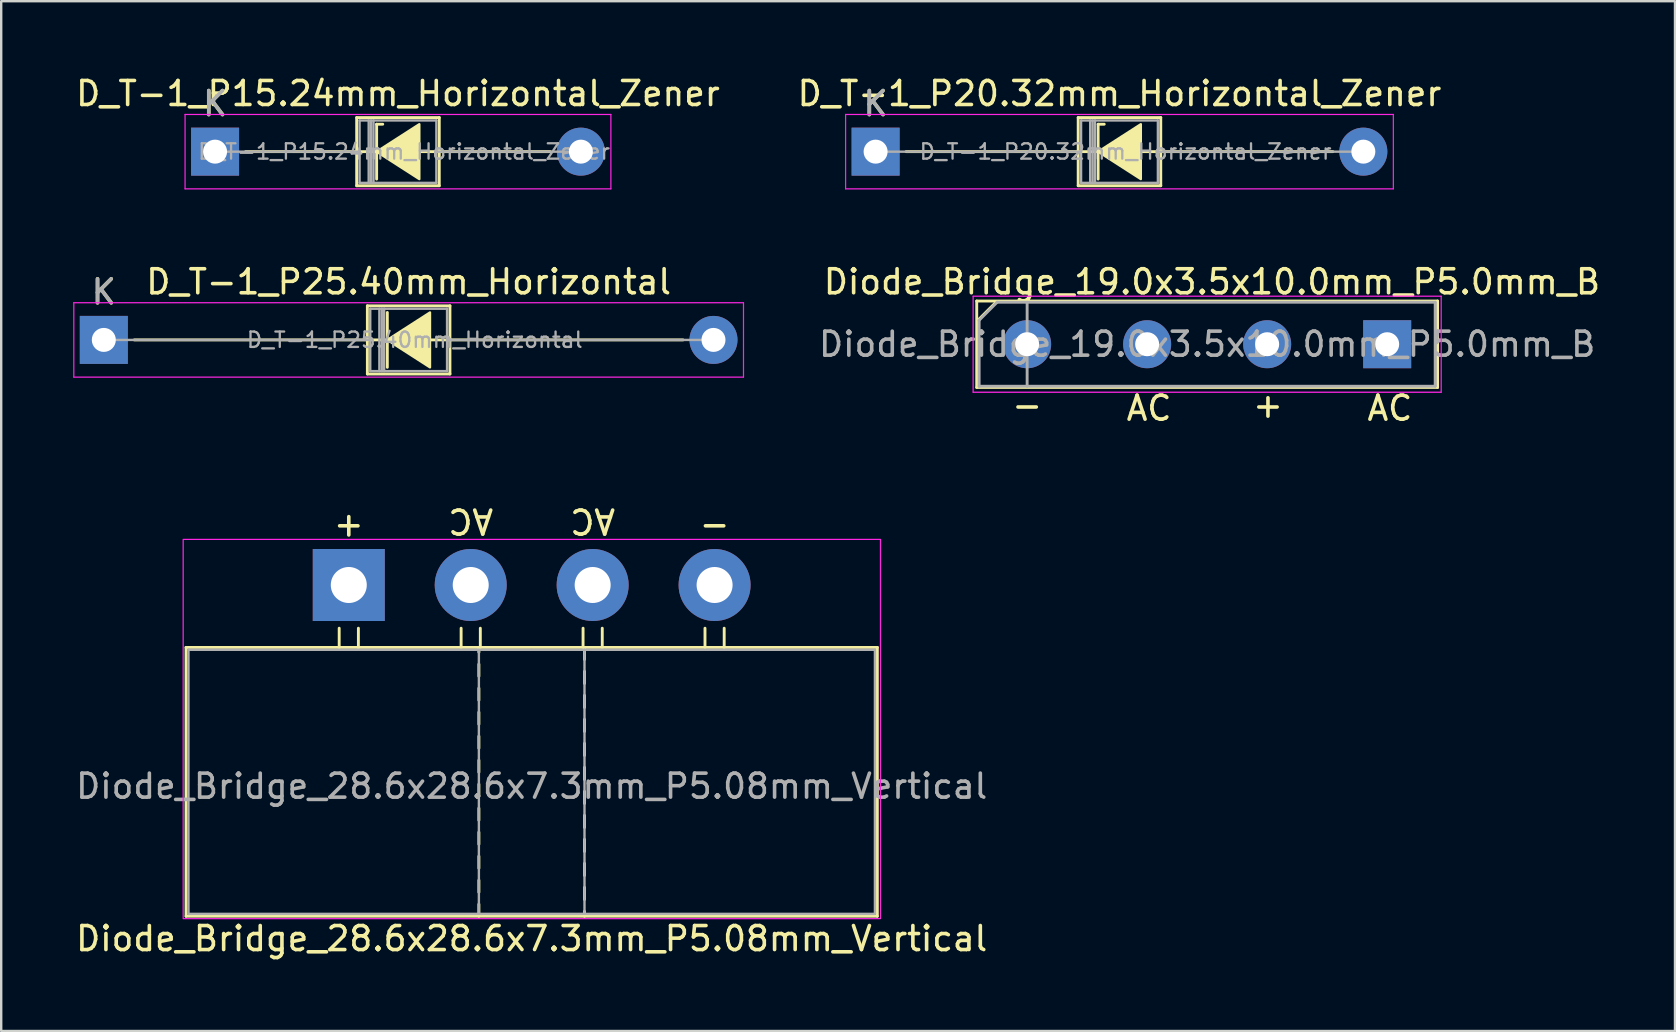
<source format=kicad_pcb>
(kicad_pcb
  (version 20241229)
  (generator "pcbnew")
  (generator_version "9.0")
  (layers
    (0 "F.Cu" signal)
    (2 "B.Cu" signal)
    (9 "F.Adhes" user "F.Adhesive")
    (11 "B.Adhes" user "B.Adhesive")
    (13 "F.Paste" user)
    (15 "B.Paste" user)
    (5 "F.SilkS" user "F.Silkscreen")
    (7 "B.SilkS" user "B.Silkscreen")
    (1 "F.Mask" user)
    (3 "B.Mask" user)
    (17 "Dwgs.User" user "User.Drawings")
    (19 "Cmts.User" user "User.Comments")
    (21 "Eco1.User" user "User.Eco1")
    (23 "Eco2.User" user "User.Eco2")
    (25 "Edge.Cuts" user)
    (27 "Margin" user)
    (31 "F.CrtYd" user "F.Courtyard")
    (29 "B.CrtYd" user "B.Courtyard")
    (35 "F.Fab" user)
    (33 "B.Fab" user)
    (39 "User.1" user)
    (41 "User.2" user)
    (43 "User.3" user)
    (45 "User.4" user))
  (footprint "D_T-1_P20.32mm_Horizontal_Zener"
    (layer "F.Cu")
    (at 33.429 3.268)
    (property "Reference" "D_T-1_P20.32mm_Horizontal_Zener" (at 10.16 -2.42 0) (layer "F.SilkS") (effects (font (size 1 1) (thickness 0.15))))
    (attr through_hole)
    (fp_line (start 1.27 0) (end 8.44 0) (stroke (width 0.12) (type solid)) (layer "F.SilkS"))
    (fp_line (start 8.44 -1.42) (end 8.44 1.42) (stroke (width 0.12) (type solid)) (layer "F.SilkS"))
    (fp_line (start 8.44 1.42) (end 11.88 1.42) (stroke (width 0.12) (type solid)) (layer "F.SilkS"))
    (fp_line (start 9.271 -1.143) (end 9.271 1.143) (stroke (width 0.12) (type solid)) (layer "F.SilkS"))
    (fp_line (start 9.271 -1.143) (end 9.525 -1.143) (stroke (width 0.12) (type solid)) (layer "F.SilkS"))
    (fp_line (start 9.398 0) (end 8.44 0) (stroke (width 0.12) (type solid)) (layer "F.SilkS"))
    (fp_line (start 11.049 0) (end 11.88 0) (stroke (width 0.12) (type solid)) (layer "F.SilkS"))
    (fp_line (start 11.88 -1.42) (end 8.44 -1.42) (stroke (width 0.12) (type solid)) (layer "F.SilkS"))
    (fp_line (start 11.88 1.42) (end 11.88 -1.42) (stroke (width 0.12) (type solid)) (layer "F.SilkS"))
    (fp_line (start 19.05 0) (end 11.88 0) (stroke (width 0.12) (type solid)) (layer "F.SilkS"))
    (fp_poly (pts (xy 11.049 1.143) (xy 9.271 0) (xy 11.049 -1.143)) (stroke (width 0.1) (type solid)) (fill yes) (layer "F.SilkS"))
    (fp_line (start -1.25 -1.55) (end -1.25 1.55) (stroke (width 0.05) (type solid)) (layer "F.CrtYd"))
    (fp_line (start -1.25 1.55) (end 21.57 1.55) (stroke (width 0.05) (type solid)) (layer "F.CrtYd"))
    (fp_line (start 21.57 -1.55) (end -1.25 -1.55) (stroke (width 0.05) (type solid)) (layer "F.CrtYd"))
    (fp_line (start 21.57 1.55) (end 21.57 -1.55) (stroke (width 0.05) (type solid)) (layer "F.CrtYd"))
    (fp_line (start 0 0) (end 8.56 0) (stroke (width 0.1) (type solid)) (layer "F.Fab"))
    (fp_line (start 8.56 -1.3) (end 8.56 1.3) (stroke (width 0.1) (type solid)) (layer "F.Fab"))
    (fp_line (start 8.56 1.3) (end 11.76 1.3) (stroke (width 0.1) (type solid)) (layer "F.Fab"))
    (fp_line (start 8.94 -1.3) (end 8.94 1.3) (stroke (width 0.1) (type solid)) (layer "F.Fab"))
    (fp_line (start 9.04 -1.3) (end 9.04 1.3) (stroke (width 0.1) (type solid)) (layer "F.Fab"))
    (fp_line (start 9.14 -1.3) (end 9.14 1.3) (stroke (width 0.1) (type solid)) (layer "F.Fab"))
    (fp_line (start 11.76 -1.3) (end 8.56 -1.3) (stroke (width 0.1) (type solid)) (layer "F.Fab"))
    (fp_line (start 11.76 1.3) (end 11.76 -1.3) (stroke (width 0.1) (type solid)) (layer "F.Fab"))
    (fp_line (start 20.32 0) (end 11.76 0) (stroke (width 0.1) (type solid)) (layer "F.Fab"))
    (fp_text user "K" (at 0 -2 0) (layer "F.SilkS") (effects (font (size 1 1) (thickness 0.15))))
    (fp_text user "${REFERENCE}" (at 10.414 0 0) (layer "F.Fab") (effects (font (size 0.64 0.64) (thickness 0.096))))
    (fp_text user "K" (at 0 -2 0) (layer "F.Fab") (effects (font (size 1 1) (thickness 0.15))))
    (pad "1" thru_hole rect (at 0 0) (size 2 2) (drill 1) (layers "*.Cu" "*.Mask"))
    (pad "2" thru_hole oval (at 20.32 0) (size 2 2) (drill 1) (layers "*.Cu" "*.Mask")))
  (footprint "D_T-1_P15.24mm_Horizontal_Zener"
    (layer "F.Cu")
    (at 5.91 3.268)
    (property "Reference" "D_T-1_P15.24mm_Horizontal_Zener" (at 7.62 -2.42 0) (layer "F.SilkS") (effects (font (size 1 1) (thickness 0.15))))
    (attr through_hole)
    (fp_line (start 1.27 0) (end 5.9 0) (stroke (width 0.12) (type solid)) (layer "F.SilkS"))
    (fp_line (start 5.9 -1.42) (end 5.9 1.42) (stroke (width 0.12) (type solid)) (layer "F.SilkS"))
    (fp_line (start 5.9 1.42) (end 9.34 1.42) (stroke (width 0.12) (type solid)) (layer "F.SilkS"))
    (fp_line (start 6.731 -1.143) (end 6.731 1.143) (stroke (width 0.12) (type solid)) (layer "F.SilkS"))
    (fp_line (start 6.731 -1.143) (end 6.985 -1.143) (stroke (width 0.12) (type solid)) (layer "F.SilkS"))
    (fp_line (start 6.858 0) (end 5.9 0) (stroke (width 0.12) (type solid)) (layer "F.SilkS"))
    (fp_line (start 8.509 0) (end 9.34 0) (stroke (width 0.12) (type solid)) (layer "F.SilkS"))
    (fp_line (start 9.34 -1.42) (end 5.9 -1.42) (stroke (width 0.12) (type solid)) (layer "F.SilkS"))
    (fp_line (start 9.34 1.42) (end 9.34 -1.42) (stroke (width 0.12) (type solid)) (layer "F.SilkS"))
    (fp_line (start 13.97 0) (end 9.34 0) (stroke (width 0.12) (type solid)) (layer "F.SilkS"))
    (fp_poly (pts (xy 8.509 1.143) (xy 6.731 0) (xy 8.509 -1.143)) (stroke (width 0.1) (type solid)) (fill yes) (layer "F.SilkS"))
    (fp_line (start -1.25 -1.55) (end -1.25 1.55) (stroke (width 0.05) (type solid)) (layer "F.CrtYd"))
    (fp_line (start -1.25 1.55) (end 16.49 1.55) (stroke (width 0.05) (type solid)) (layer "F.CrtYd"))
    (fp_line (start 16.49 -1.55) (end -1.25 -1.55) (stroke (width 0.05) (type solid)) (layer "F.CrtYd"))
    (fp_line (start 16.49 1.55) (end 16.49 -1.55) (stroke (width 0.05) (type solid)) (layer "F.CrtYd"))
    (fp_line (start 0 0) (end 6.02 0) (stroke (width 0.1) (type solid)) (layer "F.Fab"))
    (fp_line (start 6.02 -1.3) (end 6.02 1.3) (stroke (width 0.1) (type solid)) (layer "F.Fab"))
    (fp_line (start 6.02 1.3) (end 9.22 1.3) (stroke (width 0.1) (type solid)) (layer "F.Fab"))
    (fp_line (start 6.4 -1.3) (end 6.4 1.3) (stroke (width 0.1) (type solid)) (layer "F.Fab"))
    (fp_line (start 6.5 -1.3) (end 6.5 1.3) (stroke (width 0.1) (type solid)) (layer "F.Fab"))
    (fp_line (start 6.6 -1.3) (end 6.6 1.3) (stroke (width 0.1) (type solid)) (layer "F.Fab"))
    (fp_line (start 9.22 -1.3) (end 6.02 -1.3) (stroke (width 0.1) (type solid)) (layer "F.Fab"))
    (fp_line (start 9.22 1.3) (end 9.22 -1.3) (stroke (width 0.1) (type solid)) (layer "F.Fab"))
    (fp_line (start 15.24 0) (end 9.22 0) (stroke (width 0.1) (type solid)) (layer "F.Fab"))
    (fp_text user "K" (at 0 -2 0) (layer "F.SilkS") (effects (font (size 1 1) (thickness 0.15))))
    (fp_text user "K" (at 0 -2 0) (layer "F.Fab") (effects (font (size 1 1) (thickness 0.15))))
    (fp_text user "${REFERENCE}" (at 7.874 0 0) (layer "F.Fab") (effects (font (size 0.64 0.64) (thickness 0.096))))
    (pad "1" thru_hole rect (at 0 0) (size 2 2) (drill 1) (layers "*.Cu" "*.Mask"))
    (pad "2" thru_hole oval (at 15.24 0) (size 2 2) (drill 1) (layers "*.Cu" "*.Mask")))
  (footprint "Diode_Bridge_28.6x28.6x7.3mm_P5.08mm_Vertical"
    (layer "F.Cu")
    (at 11.481 21.322)
    (property "Reference" "Diode_Bridge_28.6x28.6x7.3mm_P5.08mm_Vertical" (at 7.62 14.732 0) (unlocked yes) (layer "F.SilkS") (effects (font (size 1 1) (thickness 0.15))))
    (fp_line (start -6.78 2.6) (end -6.78 13.8) (stroke (width 0.12) (type solid)) (layer "F.SilkS"))
    (fp_line (start -6.78 13.8) (end 22.02 13.8) (stroke (width 0.12) (type solid)) (layer "F.SilkS"))
    (fp_line (start -0.4 2.6) (end -0.4 1.8) (stroke (width 0.12) (type solid)) (layer "F.SilkS"))
    (fp_line (start 0.4 2.6) (end 0.4 1.8) (stroke (width 0.12) (type solid)) (layer "F.SilkS"))
    (fp_line (start 4.68 2.6) (end 4.68 1.8) (stroke (width 0.12) (type solid)) (layer "F.SilkS"))
    (fp_line (start 5.42 2.8) (end 5.42 2.6) (stroke (width 0.12) (type solid)) (layer "F.SilkS"))
    (fp_line (start 5.42 3.8) (end 5.42 3.3) (stroke (width 0.12) (type solid)) (layer "F.SilkS"))
    (fp_line (start 5.42 4.8) (end 5.42 4.3) (stroke (width 0.12) (type solid)) (layer "F.SilkS"))
    (fp_line (start 5.42 5.8) (end 5.42 5.3) (stroke (width 0.12) (type solid)) (layer "F.SilkS"))
    (fp_line (start 5.42 6.8) (end 5.42 6.3) (stroke (width 0.12) (type solid)) (layer "F.SilkS"))
    (fp_line (start 5.42 7.8) (end 5.42 7.3) (stroke (width 0.12) (type solid)) (layer "F.SilkS"))
    (fp_line (start 5.42 8.8) (end 5.42 8.3) (stroke (width 0.12) (type solid)) (layer "F.SilkS"))
    (fp_line (start 5.42 9.8) (end 5.42 9.3) (stroke (width 0.12) (type solid)) (layer "F.SilkS"))
    (fp_line (start 5.42 10.8) (end 5.42 10.3) (stroke (width 0.12) (type solid)) (layer "F.SilkS"))
    (fp_line (start 5.42 11.8) (end 5.42 11.3) (stroke (width 0.12) (type solid)) (layer "F.SilkS"))
    (fp_line (start 5.42 12.8) (end 5.42 12.3) (stroke (width 0.12) (type solid)) (layer "F.SilkS"))
    (fp_line (start 5.42 13.8) (end 5.42 13.3) (stroke (width 0.12) (type solid)) (layer "F.SilkS"))
    (fp_line (start 5.48 2.6) (end 5.48 1.8) (stroke (width 0.12) (type solid)) (layer "F.SilkS"))
    (fp_line (start 9.76 2.6) (end 9.76 1.8) (stroke (width 0.12) (type solid)) (layer "F.SilkS"))
    (fp_line (start 9.82 2.6) (end 9.82 3.1) (stroke (width 0.12) (type solid)) (layer "F.SilkS"))
    (fp_line (start 9.82 3.6) (end 9.82 4.1) (stroke (width 0.12) (type solid)) (layer "F.SilkS"))
    (fp_line (start 9.82 4.6) (end 9.82 5.1) (stroke (width 0.12) (type solid)) (layer "F.SilkS"))
    (fp_line (start 9.82 5.6) (end 9.82 6.1) (stroke (width 0.12) (type solid)) (layer "F.SilkS"))
    (fp_line (start 9.82 6.6) (end 9.82 7.1) (stroke (width 0.12) (type solid)) (layer "F.SilkS"))
    (fp_line (start 9.82 7.6) (end 9.82 8.1) (stroke (width 0.12) (type solid)) (layer "F.SilkS"))
    (fp_line (start 9.82 8.6) (end 9.82 9.1) (stroke (width 0.12) (type solid)) (layer "F.SilkS"))
    (fp_line (start 9.82 9.6) (end 9.82 10.1) (stroke (width 0.12) (type solid)) (layer "F.SilkS"))
    (fp_line (start 9.82 10.6) (end 9.82 11.1) (stroke (width 0.12) (type solid)) (layer "F.SilkS"))
    (fp_line (start 9.82 11.6) (end 9.82 12.1) (stroke (width 0.12) (type solid)) (layer "F.SilkS"))
    (fp_line (start 9.82 12.6) (end 9.82 13.1) (stroke (width 0.12) (type solid)) (layer "F.SilkS"))
    (fp_line (start 9.82 13.6) (end 9.82 13.8) (stroke (width 0.12) (type solid)) (layer "F.SilkS"))
    (fp_line (start 10.56 2.6) (end 10.56 1.8) (stroke (width 0.12) (type solid)) (layer "F.SilkS"))
    (fp_line (start 14.84 2.6) (end 14.84 1.8) (stroke (width 0.12) (type solid)) (layer "F.SilkS"))
    (fp_line (start 15.64 2.6) (end 15.64 1.8) (stroke (width 0.12) (type solid)) (layer "F.SilkS"))
    (fp_line (start 22.02 2.6) (end -6.78 2.6) (stroke (width 0.12) (type solid)) (layer "F.SilkS"))
    (fp_line (start 22.02 13.8) (end 22.02 2.6) (stroke (width 0.12) (type solid)) (layer "F.SilkS"))
    (fp_rect (start -6.9 13.9) (end 22.15 -1.9) (stroke (width 0.05) (type solid)) (fill no) (layer "F.CrtYd"))
    (fp_line (start -6.68 13.7) (end -6.68 2.7) (stroke (width 0.1) (type solid)) (layer "F.Fab"))
    (fp_line (start 5.42 2.7) (end 5.42 13.7) (stroke (width 0.1) (type solid)) (layer "F.Fab"))
    (fp_line (start 7.62 2.7) (end -6.68 2.7) (stroke (width 0.1) (type solid)) (layer "F.Fab"))
    (fp_line (start 7.62 2.7) (end 21.92 2.7) (stroke (width 0.1) (type solid)) (layer "F.Fab"))
    (fp_line (start 9.82 2.7) (end 9.82 13.7) (stroke (width 0.1) (type solid)) (layer "F.Fab"))
    (fp_line (start 21.92 2.7) (end 21.92 13.7) (stroke (width 0.1) (type solid)) (layer "F.Fab"))
    (fp_line (start 21.92 13.7) (end -6.68 13.7) (stroke (width 0.1) (type solid)) (layer "F.Fab"))
    (fp_text user "AC" (at 10.16 -2.667 180) (unlocked yes) (layer "F.SilkS") (effects (font (size 1 1) (thickness 0.15))))
    (fp_text user "AC" (at 5.08 -2.667 180) (unlocked yes) (layer "F.SilkS") (effects (font (size 1 1) (thickness 0.15))))
    (fp_text user "-" (at 15.24 -2.54 180) (layer "F.SilkS") (effects (font (size 1 1) (thickness 0.15))))
    (fp_text user "+" (at 0 -2.54 180) (layer "F.SilkS") (effects (font (size 1 1) (thickness 0.15))))
    (fp_text user "${REFERENCE}" (at 7.62 8.382 0) (layer "F.Fab") (effects (font (size 1 1) (thickness 0.15))))
    (pad "1" thru_hole rect (at 0 0) (size 3 3) (drill 1.5) (layers "*.Cu" "*.Mask"))
    (pad "2" thru_hole circle (at 5.08 0) (size 3 3) (drill 1.5) (layers "*.Cu" "*.Mask"))
    (pad "3" thru_hole circle (at 10.16 0) (size 3 3) (drill 1.5) (layers "*.Cu" "*.Mask"))
    (pad "4" thru_hole circle (at 15.24 0) (size 3 3) (drill 1.5) (layers "*.Cu" "*.Mask")))
  (footprint "D_T-1_P25.40mm_Horizontal"
    (layer "F.Cu")
    (at 1.275 11.111)
    (property "Reference" "D_T-1_P25.40mm_Horizontal" (at 12.7 -2.42 0) (layer "F.SilkS") (effects (font (size 1 1) (thickness 0.15))))
    (attr through_hole)
    (fp_line (start 1.27 0) (end 10.98 0) (stroke (width 0.12) (type solid)) (layer "F.SilkS"))
    (fp_line (start 10.98 -1.42) (end 10.98 1.42) (stroke (width 0.12) (type solid)) (layer "F.SilkS"))
    (fp_line (start 10.98 1.42) (end 14.42 1.42) (stroke (width 0.12) (type solid)) (layer "F.SilkS"))
    (fp_line (start 11.811 -1.143) (end 11.811 1.143) (stroke (width 0.12) (type solid)) (layer "F.SilkS"))
    (fp_line (start 11.938 0) (end 10.98 0) (stroke (width 0.12) (type solid)) (layer "F.SilkS"))
    (fp_line (start 13.589 0) (end 14.42 0) (stroke (width 0.12) (type solid)) (layer "F.SilkS"))
    (fp_line (start 14.42 -1.42) (end 10.98 -1.42) (stroke (width 0.12) (type solid)) (layer "F.SilkS"))
    (fp_line (start 14.42 1.42) (end 14.42 -1.42) (stroke (width 0.12) (type solid)) (layer "F.SilkS"))
    (fp_line (start 24.13 0) (end 14.42 0) (stroke (width 0.12) (type solid)) (layer "F.SilkS"))
    (fp_poly (pts (xy 13.589 1.143) (xy 11.811 0) (xy 13.589 -1.143)) (stroke (width 0.1) (type solid)) (fill yes) (layer "F.SilkS"))
    (fp_line (start -1.25 -1.55) (end -1.25 1.55) (stroke (width 0.05) (type solid)) (layer "F.CrtYd"))
    (fp_line (start -1.25 1.55) (end 26.65 1.55) (stroke (width 0.05) (type solid)) (layer "F.CrtYd"))
    (fp_line (start 26.65 -1.55) (end -1.25 -1.55) (stroke (width 0.05) (type solid)) (layer "F.CrtYd"))
    (fp_line (start 26.65 1.55) (end 26.65 -1.55) (stroke (width 0.05) (type solid)) (layer "F.CrtYd"))
    (fp_line (start 0 0) (end 11.1 0) (stroke (width 0.1) (type solid)) (layer "F.Fab"))
    (fp_line (start 11.1 -1.3) (end 11.1 1.3) (stroke (width 0.1) (type solid)) (layer "F.Fab"))
    (fp_line (start 11.1 1.3) (end 14.3 1.3) (stroke (width 0.1) (type solid)) (layer "F.Fab"))
    (fp_line (start 11.48 -1.3) (end 11.48 1.3) (stroke (width 0.1) (type solid)) (layer "F.Fab"))
    (fp_line (start 11.58 -1.3) (end 11.58 1.3) (stroke (width 0.1) (type solid)) (layer "F.Fab"))
    (fp_line (start 11.68 -1.3) (end 11.68 1.3) (stroke (width 0.1) (type solid)) (layer "F.Fab"))
    (fp_line (start 14.3 -1.3) (end 11.1 -1.3) (stroke (width 0.1) (type solid)) (layer "F.Fab"))
    (fp_line (start 14.3 1.3) (end 14.3 -1.3) (stroke (width 0.1) (type solid)) (layer "F.Fab"))
    (fp_line (start 25.4 0) (end 14.3 0) (stroke (width 0.1) (type solid)) (layer "F.Fab"))
    (fp_text user "K" (at 0 -2 0) (layer "F.SilkS") (effects (font (size 1 1) (thickness 0.15))))
    (fp_text user "${REFERENCE}" (at 12.954 0 0) (layer "F.Fab") (effects (font (size 0.64 0.64) (thickness 0.096))))
    (fp_text user "K" (at 0 -2 0) (layer "F.Fab") (effects (font (size 1 1) (thickness 0.15))))
    (pad "1" thru_hole rect (at 0 0) (size 2 2) (drill 1) (layers "*.Cu" "*.Mask"))
    (pad "2" thru_hole oval (at 25.4 0) (size 2 2) (drill 1) (layers "*.Cu" "*.Mask")))
  (footprint "Diode_Bridge_19.0x3.5x10.0mm_P5.0mm_B"
    (layer "F.Cu")
    (at 54.742 11.291)
    (property "Reference" "Diode_Bridge_19.0x3.5x10.0mm_P5.0mm_B" (at -7.3 -2.6 180) (layer "F.SilkS") (effects (font (size 1 1) (thickness 0.15))))
    (attr through_hole)
    (fp_line (start -17.1 -1.8) (end 2.1 -1.8) (stroke (width 0.12) (type solid)) (layer "F.SilkS"))
    (fp_line (start -17.1 1.8) (end -17.1 -1.8) (stroke (width 0.12) (type solid)) (layer "F.SilkS"))
    (fp_line (start -16.27 -1.778) (end -17.032 -1.016) (stroke (width 0.12) (type solid)) (layer "F.SilkS"))
    (fp_line (start 2.1 -1.8) (end 2.1 1.8) (stroke (width 0.12) (type solid)) (layer "F.SilkS"))
    (fp_line (start 2.1 1.8) (end -17.1 1.8) (stroke (width 0.12) (type solid)) (layer "F.SilkS"))
    (fp_line (start -17.25 -2) (end -17.25 2) (stroke (width 0.05) (type solid)) (layer "F.CrtYd"))
    (fp_line (start -17.25 -2) (end 2.25 -2) (stroke (width 0.05) (type solid)) (layer "F.CrtYd"))
    (fp_line (start 2.25 2) (end -17.25 2) (stroke (width 0.05) (type solid)) (layer "F.CrtYd"))
    (fp_line (start 2.25 2) (end 2.25 -2) (stroke (width 0.05) (type solid)) (layer "F.CrtYd"))
    (fp_line (start -17 -1) (end -16.25 -1.75) (stroke (width 0.12) (type solid)) (layer "F.Fab"))
    (fp_line (start -17 1.75) (end -17 -1) (stroke (width 0.12) (type solid)) (layer "F.Fab"))
    (fp_line (start -16.25 -1.75) (end 2 -1.75) (stroke (width 0.12) (type solid)) (layer "F.Fab"))
    (fp_line (start -15 -1.75) (end -15 1.75) (stroke (width 0.12) (type solid)) (layer "F.Fab"))
    (fp_line (start 2 -1.75) (end 2 1.75) (stroke (width 0.12) (type solid)) (layer "F.Fab"))
    (fp_line (start 2 1.75) (end -17 1.75) (stroke (width 0.12) (type solid)) (layer "F.Fab"))
    (fp_text user "+" (at -4.967 2.54 0) (layer "F.SilkS") (effects (font (size 1 1) (thickness 0.15))))
    (fp_text user "-" (at -15 2.54 0) (layer "F.SilkS") (effects (font (size 1 1) (thickness 0.15))))
    (fp_text user "AC" (at 0.113 2.667 0) (layer "F.SilkS") (effects (font (size 1 1) (thickness 0.15))))
    (fp_text user "AC" (at -9.92 2.667 0) (layer "F.SilkS") (effects (font (size 1 1) (thickness 0.15))))
    (fp_text user "${REFERENCE}" (at -7.5 0 180) (layer "F.Fab") (effects (font (size 1 1) (thickness 0.15))))
    (pad "1" thru_hole rect (at 0 0) (size 2 2) (drill 1) (layers "*.Cu" "*.Mask"))
    (pad "2" thru_hole circle (at -5 0) (size 2 2) (drill 1) (layers "*.Cu" "*.Mask"))
    (pad "3" thru_hole circle (at -10 0) (size 2 2) (drill 1) (layers "*.Cu" "*.Mask"))
    (pad "4" thru_hole circle (at -15 0) (size 2 2) (drill 1) (layers "*.Cu" "*.Mask")))
  (gr_rect
    (start -3 -3)
    (end 66.733 39.902)
    (stroke (width 0.1) (type default))
    (fill no)
    (layer "Edge.Cuts")))
</source>
